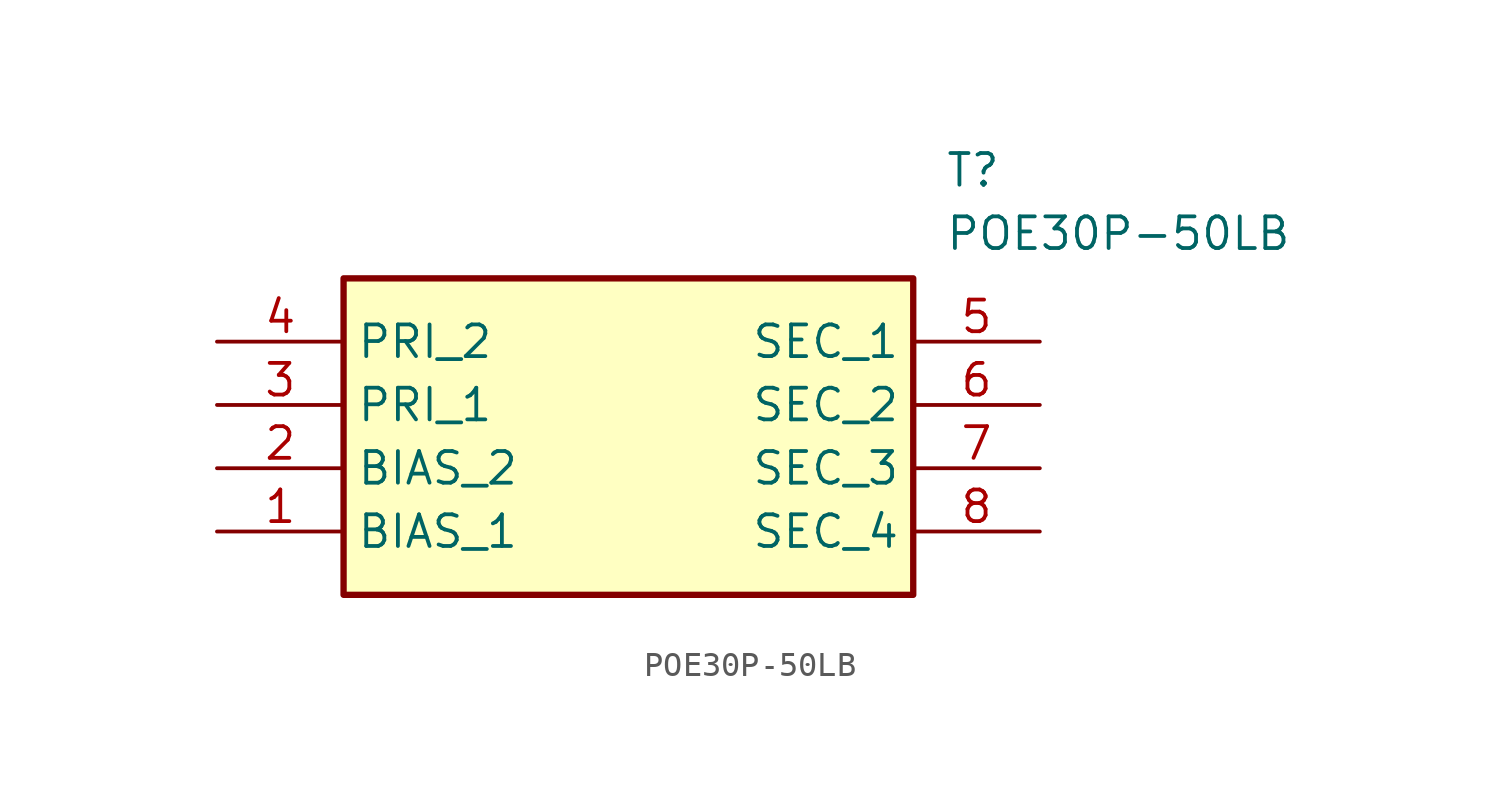
<source format=kicad_sym>
(kicad_symbol_lib
  (version 20211014)
  (generator SamacSys_ECAD_Model)
  (symbol "POE30P-50LB"
    (property "Reference" "T"
      (at 29.21 7.62 0)
      (effects (font (size 1.27 1.27)) (justify left top)))
    (property "Value" "POE30P-50LB"
      (at 29.21 5.08 0)
      (effects (font (size 1.27 1.27)) (justify left top)))
    (rectangle
      (start 5.08 2.54)
      (end 27.94 -10.16)
      (stroke (width 0.254) (type default))
      (fill (type background)))
    (pin passive line
      (at 0 -7.62 0)
      (length 5.08)
      (name "BIAS_1" (effects (font (size 1.27 1.27))))
      (number "1" (effects (font (size 1.27 1.27)))))
    (pin passive line
      (at 0 -5.08 0)
      (length 5.08)
      (name "BIAS_2" (effects (font (size 1.27 1.27))))
      (number "2" (effects (font (size 1.27 1.27)))))
    (pin passive line
      (at 0 -2.54 0)
      (length 5.08)
      (name "PRI_1" (effects (font (size 1.27 1.27))))
      (number "3" (effects (font (size 1.27 1.27)))))
    (pin passive line
      (at 0 0 0)
      (length 5.08)
      (name "PRI_2" (effects (font (size 1.27 1.27))))
      (number "4" (effects (font (size 1.27 1.27)))))
    (pin passive line
      (at 33.02 0 180)
      (length 5.08)
      (name "SEC_1" (effects (font (size 1.27 1.27))))
      (number "5" (effects (font (size 1.27 1.27)))))
    (pin passive line
      (at 33.02 -2.54 180)
      (length 5.08)
      (name "SEC_2" (effects (font (size 1.27 1.27))))
      (number "6" (effects (font (size 1.27 1.27)))))
    (pin passive line
      (at 33.02 -5.08 180)
      (length 5.08)
      (name "SEC_3" (effects (font (size 1.27 1.27))))
      (number "7" (effects (font (size 1.27 1.27)))))
    (pin passive line
      (at 33.02 -7.62 180)
      (length 5.08)
      (name "SEC_4" (effects (font (size 1.27 1.27))))
      (number "8" (effects (font (size 1.27 1.27)))))))
</source>
